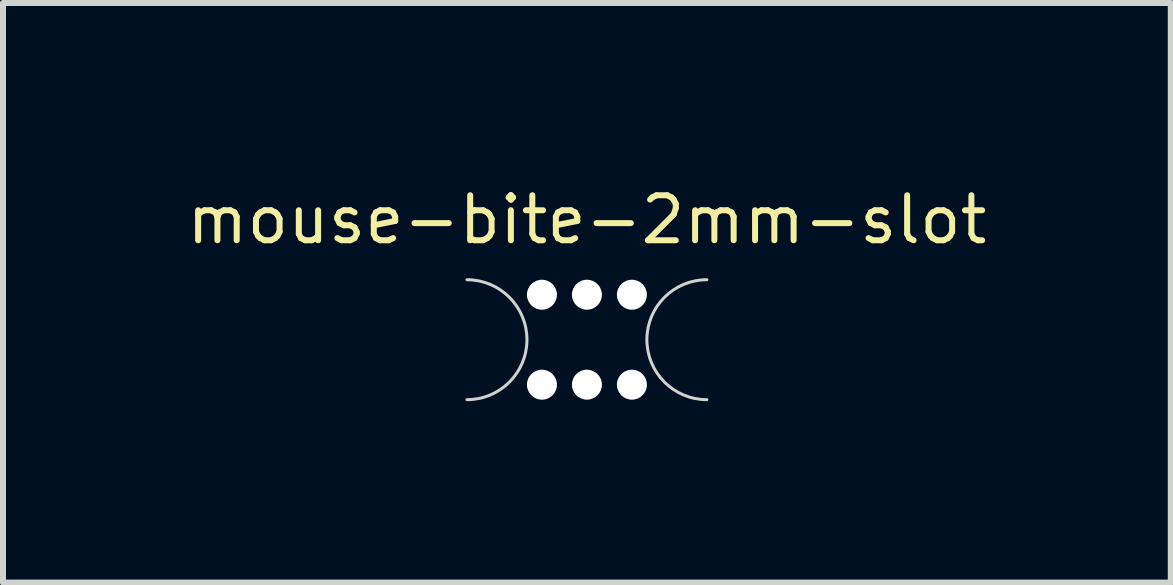
<source format=kicad_pcb>
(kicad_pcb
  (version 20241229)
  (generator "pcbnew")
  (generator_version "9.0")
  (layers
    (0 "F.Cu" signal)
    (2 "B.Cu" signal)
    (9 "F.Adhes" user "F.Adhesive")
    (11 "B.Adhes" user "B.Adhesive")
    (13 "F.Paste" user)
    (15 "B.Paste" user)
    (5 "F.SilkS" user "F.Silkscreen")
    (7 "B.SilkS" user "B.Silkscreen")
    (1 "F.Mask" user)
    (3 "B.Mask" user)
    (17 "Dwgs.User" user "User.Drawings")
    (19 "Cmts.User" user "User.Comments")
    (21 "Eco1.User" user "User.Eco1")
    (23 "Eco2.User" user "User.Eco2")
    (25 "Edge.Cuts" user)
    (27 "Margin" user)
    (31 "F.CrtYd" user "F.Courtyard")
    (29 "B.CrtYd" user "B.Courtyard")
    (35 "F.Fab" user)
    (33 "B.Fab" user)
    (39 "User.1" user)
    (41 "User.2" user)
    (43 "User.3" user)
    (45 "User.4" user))
  (footprint "mouse-bite-2mm-slot"
    (layer "F.Cu")
    (at 6.736 2.614)
    (property "Reference" "mouse-bite-2mm-slot" (at 0 -2 0) (layer "F.SilkS") (effects (font (size 0.75 0.75) (thickness 0.1))))
    (attr through_hole)
    (fp_arc (start -2 -1) (mid -1 0) (end -2 1) (stroke (width 0.1) (type solid)) (layer "Eco2.User"))
    (fp_arc (start 2 1) (mid 1 0) (end 2 -1) (stroke (width 0.1) (type solid)) (layer "Eco2.User"))
    (fp_arc (start -2 -1) (mid -1 0) (end -2 1) (stroke (width 0.05) (type solid)) (layer "Edge.Cuts"))
    (fp_arc (start 2 1) (mid 1 0) (end 2 -1) (stroke (width 0.05) (type solid)) (layer "Edge.Cuts"))
    (pad "" np_thru_hole circle (at -0.75 -0.75) (size 0.5 0.5) (drill 0.5) (layers "*.Cu" "*.Mask"))
    (pad "" np_thru_hole circle (at -0.75 0.75) (size 0.5 0.5) (drill 0.5) (layers "*.Cu" "*.Mask"))
    (pad "" np_thru_hole circle (at 0 -0.75) (size 0.5 0.5) (drill 0.5) (layers "*.Cu" "*.Mask"))
    (pad "" np_thru_hole circle (at 0 0.75) (size 0.5 0.5) (drill 0.5) (layers "*.Cu" "*.Mask"))
    (pad "" np_thru_hole circle (at 0.75 -0.75) (size 0.5 0.5) (drill 0.5) (layers "*.Cu" "*.Mask"))
    (pad "" np_thru_hole circle (at 0.75 0.75) (size 0.5 0.5) (drill 0.5) (layers "*.Cu" "*.Mask")))
  (gr_rect
    (start -3 -3)
    (end 16.471 6.664)
    (stroke (width 0.1) (type default))
    (fill no)
    (layer "Edge.Cuts")))
</source>
